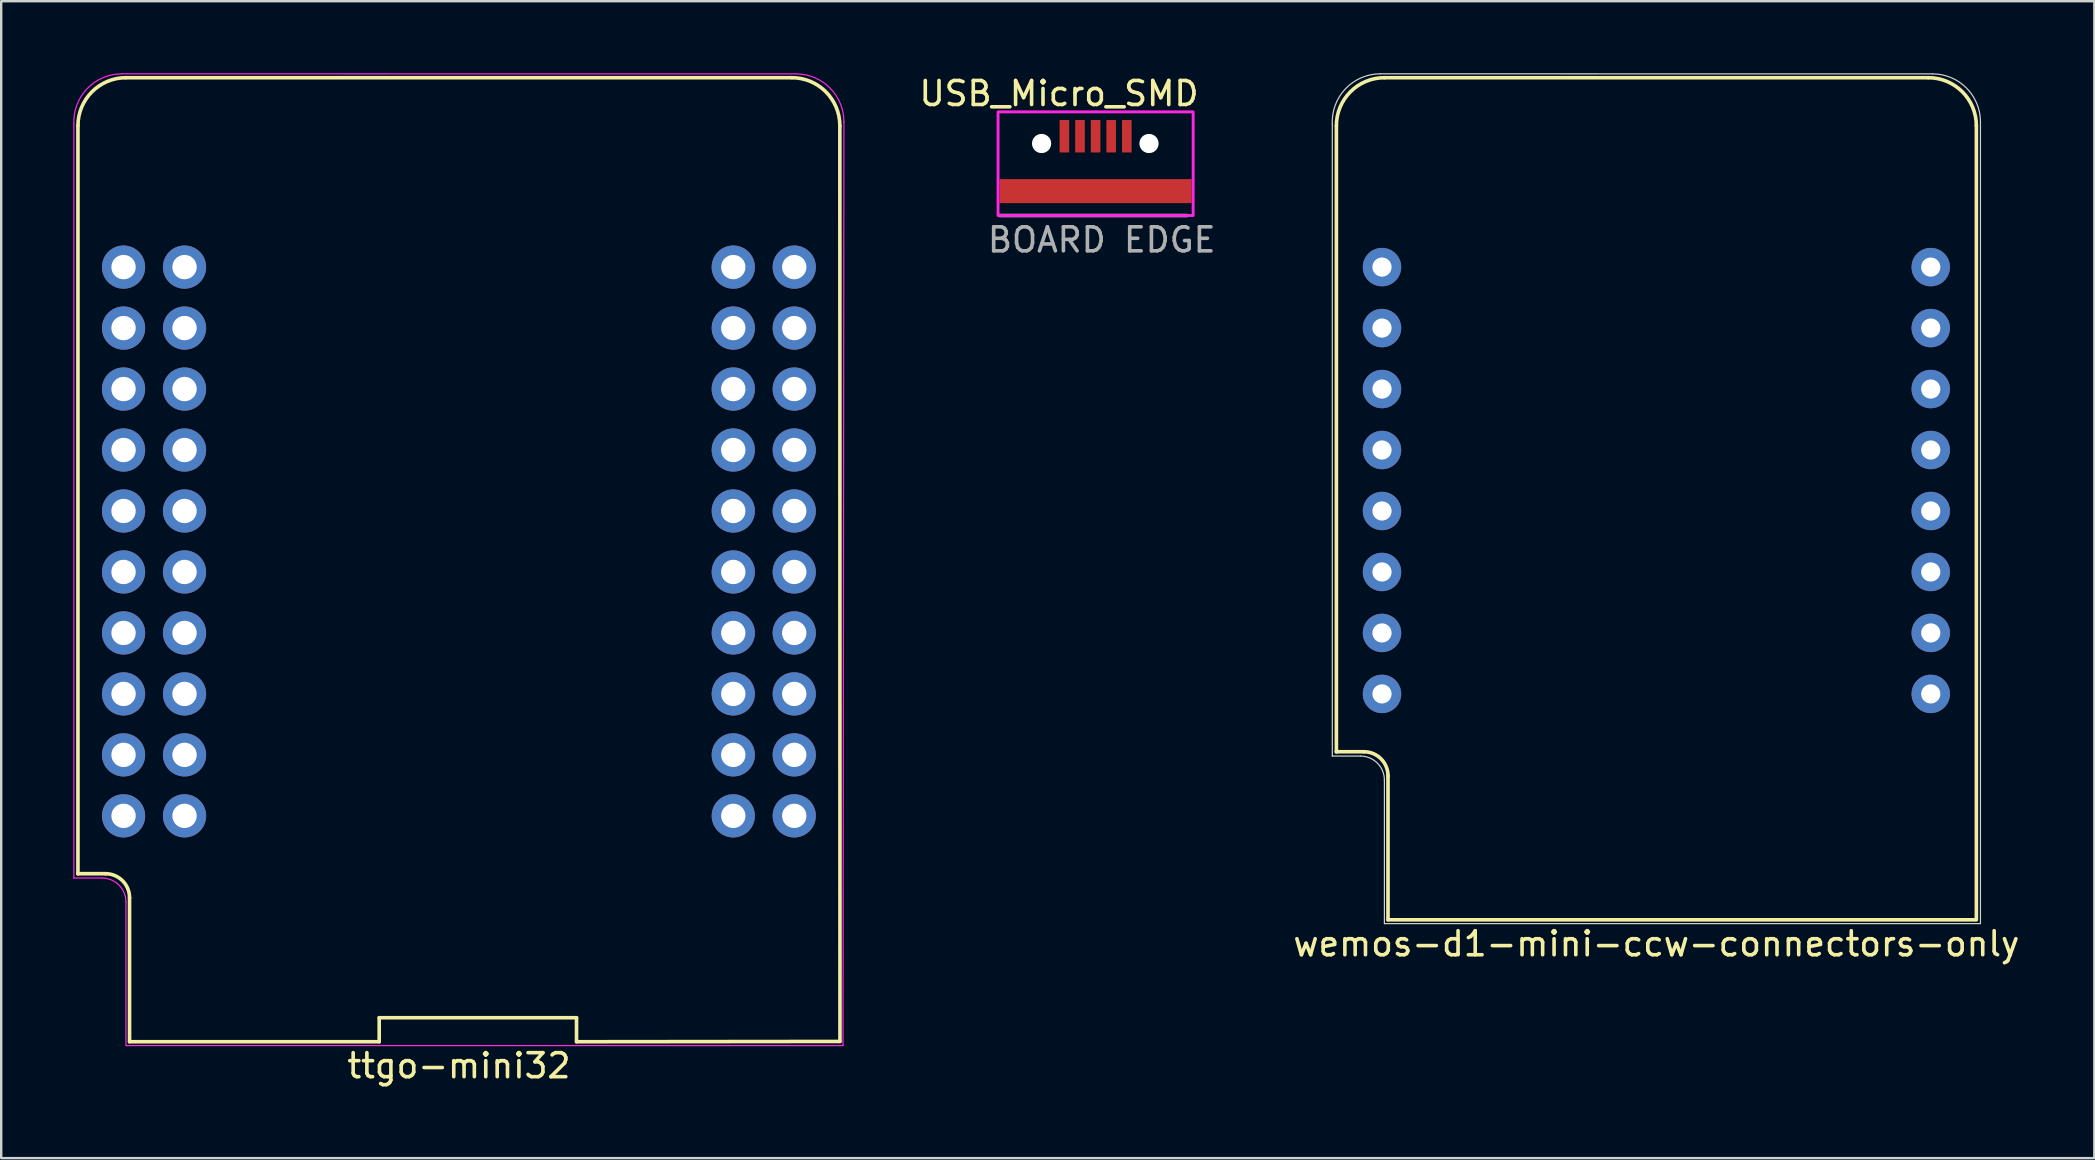
<source format=kicad_pcb>
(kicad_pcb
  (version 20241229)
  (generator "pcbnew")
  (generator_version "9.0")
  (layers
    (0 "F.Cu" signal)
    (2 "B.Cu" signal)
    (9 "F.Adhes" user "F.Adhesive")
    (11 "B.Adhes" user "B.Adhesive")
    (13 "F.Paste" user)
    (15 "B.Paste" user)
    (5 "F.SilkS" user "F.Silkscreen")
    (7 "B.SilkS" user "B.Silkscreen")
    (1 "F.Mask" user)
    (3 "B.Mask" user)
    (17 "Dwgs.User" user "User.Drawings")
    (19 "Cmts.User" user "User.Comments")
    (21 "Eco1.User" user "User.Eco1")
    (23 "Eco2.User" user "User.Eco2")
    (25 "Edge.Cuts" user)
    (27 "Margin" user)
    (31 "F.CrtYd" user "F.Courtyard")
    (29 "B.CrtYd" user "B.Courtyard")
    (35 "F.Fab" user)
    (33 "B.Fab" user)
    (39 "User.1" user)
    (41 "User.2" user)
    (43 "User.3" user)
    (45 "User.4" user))
  (footprint "ttgo-mini32"
    (layer "F.Cu")
    (at 16.067 16.967)
    (property "Reference" "ttgo-mini32" (at 0 24.38 180) (layer "F.SilkS") (effects (font (size 1 1) (thickness 0.15))))
    (attr through_hole)
    (fp_line (start -15.87 -14.78) (end -15.87 16.38) (stroke (width 0.15) (type solid)) (layer "F.SilkS"))
    (fp_line (start -15.87 16.38) (end -15.87 16.38) (stroke (width 0.15) (type solid)) (layer "F.SilkS"))
    (fp_line (start -14.71 16.38) (end -15.87 16.38) (stroke (width 0.15) (type solid)) (layer "F.SilkS"))
    (fp_line (start -13.72 23.38) (end -13.72 17.38) (stroke (width 0.15) (type solid)) (layer "F.SilkS"))
    (fp_line (start -13.72 23.38) (end -3.32 23.38) (stroke (width 0.15) (type solid)) (layer "F.SilkS"))
    (fp_line (start -3.32 22.38) (end 4.9 22.38) (stroke (width 0.15) (type solid)) (layer "F.SilkS"))
    (fp_line (start -3.32 23.38) (end -3.32 22.38) (stroke (width 0.15) (type solid)) (layer "F.SilkS"))
    (fp_line (start 4.9 22.38) (end 4.9 23.38) (stroke (width 0.15) (type solid)) (layer "F.SilkS"))
    (fp_line (start 4.9 23.38) (end 15.875 23.368) (stroke (width 0.15) (type solid)) (layer "F.SilkS"))
    (fp_line (start 13.87 -16.78) (end -13.87 -16.78) (stroke (width 0.15) (type solid)) (layer "F.SilkS"))
    (fp_line (start 15.875 23.368) (end 15.87 -14.78) (stroke (width 0.15) (type solid)) (layer "F.SilkS"))
    (fp_arc (start -15.87 -14.78) (mid -15.284214 -16.194214) (end -13.87 -16.78) (stroke (width 0.15) (type solid)) (layer "F.SilkS"))
    (fp_arc (start -14.72 16.38) (mid -14.012893 16.672893) (end -13.72 17.38) (stroke (width 0.15) (type solid)) (layer "F.SilkS"))
    (fp_arc (start 13.87 -16.78) (mid 15.284214 -16.194214) (end 15.87 -14.78) (stroke (width 0.15) (type solid)) (layer "F.SilkS"))
    (fp_line (start -16.04 16.56) (end -16.04 -14.85) (stroke (width 0.05) (type solid)) (layer "F.CrtYd"))
    (fp_line (start -16.04 16.56) (end -14.87 16.56) (stroke (width 0.05) (type solid)) (layer "F.CrtYd"))
    (fp_line (start -14.04 -16.942) (end 14.04 -16.94) (stroke (width 0.05) (type solid)) (layer "F.CrtYd"))
    (fp_line (start -13.87 23.54) (end -13.87 17.56) (stroke (width 0.05) (type solid)) (layer "F.CrtYd"))
    (fp_line (start 16.002 23.54) (end -13.87 23.54) (stroke (width 0.05) (type solid)) (layer "F.CrtYd"))
    (fp_line (start 16.04 -14.94) (end 16.002 23.54) (stroke (width 0.05) (type solid)) (layer "F.CrtYd"))
    (fp_arc (start -16.04 -14.85) (mid -15.487115 -16.323459) (end -14.04 -16.942024) (stroke (width 0.05) (type solid)) (layer "F.CrtYd"))
    (fp_arc (start -14.87 16.56) (mid -14.162893 16.852893) (end -13.87 17.56) (stroke (width 0.05) (type solid)) (layer "F.CrtYd"))
    (fp_arc (start 14.04 -16.94) (mid 15.454214 -16.354214) (end 16.04 -14.94) (stroke (width 0.05) (type solid)) (layer "F.CrtYd"))
    (pad "1" thru_hole circle (at -13.97 -8.89 90) (size 1.8 1.8) (drill 1.016) (layers "*.Cu" "*.Mask"))
    (pad "2" thru_hole circle (at -13.97 -6.35 90) (size 1.8 1.8) (drill 1.016) (layers "*.Cu" "*.Mask"))
    (pad "3" thru_hole circle (at -13.97 -3.81 90) (size 1.8 1.8) (drill 1.016) (layers "*.Cu" "*.Mask"))
    (pad "4" thru_hole circle (at -13.97 -1.27 90) (size 1.8 1.8) (drill 1.016) (layers "*.Cu" "*.Mask"))
    (pad "5" thru_hole circle (at -13.97 1.27 90) (size 1.8 1.8) (drill 1.016) (layers "*.Cu" "*.Mask"))
    (pad "6" thru_hole circle (at -13.97 3.81 90) (size 1.8 1.8) (drill 1.016) (layers "*.Cu" "*.Mask"))
    (pad "7" thru_hole circle (at -13.97 6.35 90) (size 1.8 1.8) (drill 1.016) (layers "*.Cu" "*.Mask"))
    (pad "8" thru_hole circle (at -13.97 8.89 90) (size 1.8 1.8) (drill 1.016) (layers "*.Cu" "*.Mask"))
    (pad "9" thru_hole circle (at -13.97 11.43 90) (size 1.8 1.8) (drill 1.016) (layers "*.Cu" "*.Mask"))
    (pad "10" thru_hole circle (at -13.97 13.97 90) (size 1.8 1.8) (drill 1.016) (layers "*.Cu" "*.Mask"))
    (pad "11" thru_hole circle (at -11.43 13.97 90) (size 1.8 1.8) (drill 1.016) (layers "*.Cu" "*.Mask"))
    (pad "12" thru_hole circle (at -11.43 11.43 90) (size 1.8 1.8) (drill 1.016) (layers "*.Cu" "*.Mask"))
    (pad "13" thru_hole circle (at -11.43 8.89 90) (size 1.8 1.8) (drill 1.016) (layers "*.Cu" "*.Mask"))
    (pad "14" thru_hole circle (at -11.43 6.35 90) (size 1.8 1.8) (drill 1.016) (layers "*.Cu" "*.Mask"))
    (pad "15" thru_hole circle (at -11.43 3.81 90) (size 1.8 1.8) (drill 1.016) (layers "*.Cu" "*.Mask"))
    (pad "16" thru_hole circle (at -11.43 1.27 90) (size 1.8 1.8) (drill 1.016) (layers "*.Cu" "*.Mask"))
    (pad "17" thru_hole circle (at -11.43 -1.27 90) (size 1.8 1.8) (drill 1.016) (layers "*.Cu" "*.Mask"))
    (pad "18" thru_hole circle (at -11.43 -3.81 90) (size 1.8 1.8) (drill 1.016) (layers "*.Cu" "*.Mask"))
    (pad "19" thru_hole circle (at -11.43 -6.35 90) (size 1.8 1.8) (drill 1.016) (layers "*.Cu" "*.Mask"))
    (pad "20" thru_hole circle (at -11.43 -8.89 90) (size 1.8 1.8) (drill 1.016) (layers "*.Cu" "*.Mask"))
    (pad "21" thru_hole circle (at 11.43 -8.89 90) (size 1.8 1.8) (drill 1.016) (layers "*.Cu" "*.Mask"))
    (pad "22" thru_hole circle (at 11.43 -6.35 90) (size 1.8 1.8) (drill 1.016) (layers "*.Cu" "*.Mask"))
    (pad "23" thru_hole circle (at 11.43 -3.81 90) (size 1.8 1.8) (drill 1.016) (layers "*.Cu" "*.Mask"))
    (pad "24" thru_hole circle (at 11.43 -1.27 90) (size 1.8 1.8) (drill 1.016) (layers "*.Cu" "*.Mask"))
    (pad "25" thru_hole circle (at 11.43 1.27 90) (size 1.8 1.8) (drill 1.016) (layers "*.Cu" "*.Mask"))
    (pad "26" thru_hole circle (at 11.43 3.81 90) (size 1.8 1.8) (drill 1.016) (layers "*.Cu" "*.Mask"))
    (pad "27" thru_hole circle (at 11.43 6.35 90) (size 1.8 1.8) (drill 1.016) (layers "*.Cu" "*.Mask"))
    (pad "28" thru_hole circle (at 11.43 8.89 90) (size 1.8 1.8) (drill 1.016) (layers "*.Cu" "*.Mask"))
    (pad "29" thru_hole circle (at 11.43 11.43 90) (size 1.8 1.8) (drill 1.016) (layers "*.Cu" "*.Mask"))
    (pad "30" thru_hole circle (at 11.43 13.97 90) (size 1.8 1.8) (drill 1.016) (layers "*.Cu" "*.Mask"))
    (pad "31" thru_hole circle (at 13.97 13.97 90) (size 1.8 1.8) (drill 1.016) (layers "*.Cu" "*.Mask"))
    (pad "32" thru_hole circle (at 13.97 11.43 90) (size 1.8 1.8) (drill 1.016) (layers "*.Cu" "*.Mask"))
    (pad "33" thru_hole circle (at 13.97 8.89 90) (size 1.8 1.8) (drill 1.016) (layers "*.Cu" "*.Mask"))
    (pad "34" thru_hole circle (at 13.97 6.35 90) (size 1.8 1.8) (drill 1.016) (layers "*.Cu" "*.Mask"))
    (pad "35" thru_hole circle (at 13.97 3.81 90) (size 1.8 1.8) (drill 1.016) (layers "*.Cu" "*.Mask"))
    (pad "36" thru_hole circle (at 13.97 1.27 90) (size 1.8 1.8) (drill 1.016) (layers "*.Cu" "*.Mask"))
    (pad "37" thru_hole circle (at 13.97 -1.27 90) (size 1.8 1.8) (drill 1.016) (layers "*.Cu" "*.Mask"))
    (pad "38" thru_hole circle (at 13.97 -3.81 90) (size 1.8 1.8) (drill 1.016) (layers "*.Cu" "*.Mask"))
    (pad "39" thru_hole circle (at 13.97 -6.35 90) (size 1.8 1.8) (drill 1.016) (layers "*.Cu" "*.Mask"))
    (pad "40" thru_hole circle (at 13.97 -8.89 90) (size 1.8 1.8) (drill 1.016) (layers "*.Cu" "*.Mask")))
  (footprint "wemos-d1-mini-ccw-connectors-only"
    (layer "F.Cu")
    (at 67.552 18.567)
    (property "Reference" "wemos-d1-mini-ccw-connectors-only" (at -1.6 17.7 180) (layer "F.SilkS") (effects (font (size 1 1) (thickness 0.15))))
    (attr through_hole)
    (fp_line (start -14.93 -16.38) (end -14.93 9.7) (stroke (width 0.15) (type solid)) (layer "F.SilkS"))
    (fp_line (start -14.93 9.7) (end -14.93 9.7) (stroke (width 0.15) (type solid)) (layer "F.SilkS"))
    (fp_line (start -13.77 9.7) (end -14.93 9.7) (stroke (width 0.15) (type solid)) (layer "F.SilkS"))
    (fp_line (start -12.78 16.7) (end -12.78 10.7) (stroke (width 0.15) (type solid)) (layer "F.SilkS"))
    (fp_line (start -12.78 16.7) (end 11.684 16.7) (stroke (width 0.15) (type solid)) (layer "F.SilkS"))
    (fp_line (start 9.73 -18.38) (end -12.93 -18.38) (stroke (width 0.15) (type solid)) (layer "F.SilkS"))
    (fp_line (start 11.73 16.7) (end 11.73 -16.38) (stroke (width 0.15) (type solid)) (layer "F.SilkS"))
    (fp_arc (start -14.93 -16.38) (mid -14.344214 -17.794214) (end -12.93 -18.38) (stroke (width 0.15) (type solid)) (layer "F.SilkS"))
    (fp_arc (start -13.78 9.7) (mid -13.072893 9.992893) (end -12.78 10.7) (stroke (width 0.15) (type solid)) (layer "F.SilkS"))
    (fp_arc (start 9.73 -18.38) (mid 11.144214 -17.794214) (end 11.73 -16.38) (stroke (width 0.15) (type solid)) (layer "F.SilkS"))
    (fp_line (start -15.1 9.88) (end -15.1 -16.45) (stroke (width 0.05) (type solid)) (layer "Edge.Cuts"))
    (fp_line (start -15.1 9.88) (end -13.93 9.88) (stroke (width 0.05) (type solid)) (layer "Edge.Cuts"))
    (fp_line (start -13.1 -18.542) (end 9.9 -18.54) (stroke (width 0.05) (type solid)) (layer "Edge.Cuts"))
    (fp_line (start -12.93 16.86) (end -12.93 10.88) (stroke (width 0.05) (type solid)) (layer "Edge.Cuts"))
    (fp_line (start 11.9 -16.54) (end 11.9 16.86) (stroke (width 0.05) (type solid)) (layer "Edge.Cuts"))
    (fp_line (start 11.9 16.86) (end -12.93 16.86) (stroke (width 0.05) (type solid)) (layer "Edge.Cuts"))
    (fp_arc (start -15.1 -16.45) (mid -14.547241 -17.92358) (end -13.1 -18.542024) (stroke (width 0.05) (type solid)) (layer "Edge.Cuts"))
    (fp_arc (start -13.93 9.88) (mid -13.222893 10.172893) (end -12.93 10.88) (stroke (width 0.05) (type solid)) (layer "Edge.Cuts"))
    (fp_arc (start 9.9 -18.54) (mid 11.314214 -17.954214) (end 11.9 -16.54) (stroke (width 0.05) (type solid)) (layer "Edge.Cuts"))
    (pad "1" thru_hole oval (at -13.03 -10.49 90) (size 1.6 1.6) (drill 0.8) (layers "*.Cu" "*.Mask"))
    (pad "2" thru_hole oval (at -13.03 -7.95 90) (size 1.6 1.6) (drill 0.8) (layers "*.Cu" "*.Mask"))
    (pad "3" thru_hole oval (at -13.03 -5.41 90) (size 1.6 1.6) (drill 0.8) (layers "*.Cu" "*.Mask"))
    (pad "4" thru_hole oval (at -13.03 -2.87 90) (size 1.6 1.6) (drill 0.8) (layers "*.Cu" "*.Mask"))
    (pad "5" thru_hole oval (at -13.03 -0.33 90) (size 1.6 1.6) (drill 0.8) (layers "*.Cu" "*.Mask"))
    (pad "6" thru_hole oval (at -13.03 2.21 90) (size 1.6 1.6) (drill 0.8) (layers "*.Cu" "*.Mask"))
    (pad "7" thru_hole oval (at -13.03 4.75 90) (size 1.6 1.6) (drill 0.8) (layers "*.Cu" "*.Mask"))
    (pad "8" thru_hole oval (at -13.03 7.29 90) (size 1.6 1.6) (drill 0.8) (layers "*.Cu" "*.Mask"))
    (pad "9" thru_hole oval (at 9.83 7.29 90) (size 1.6 1.6) (drill 0.8) (layers "*.Cu" "*.Mask"))
    (pad "10" thru_hole oval (at 9.83 4.75 90) (size 1.6 1.6) (drill 0.8) (layers "*.Cu" "*.Mask"))
    (pad "11" thru_hole oval (at 9.83 2.21 90) (size 1.6 1.6) (drill 0.8) (layers "*.Cu" "*.Mask"))
    (pad "12" thru_hole oval (at 9.83 -0.33 90) (size 1.6 1.6) (drill 0.8) (layers "*.Cu" "*.Mask"))
    (pad "13" thru_hole oval (at 9.83 -2.87 90) (size 1.6 1.6) (drill 0.8) (layers "*.Cu" "*.Mask"))
    (pad "14" thru_hole oval (at 9.83 -5.41 90) (size 1.6 1.6) (drill 0.8) (layers "*.Cu" "*.Mask"))
    (pad "15" thru_hole oval (at 9.83 -7.95 90) (size 1.6 1.6) (drill 0.8) (layers "*.Cu" "*.Mask"))
    (pad "16" thru_hole oval (at 9.83 -10.49 90) (size 1.6 1.6) (drill 0.8) (layers "*.Cu" "*.Mask")))
  (footprint "USB_Micro_SMD"
    (layer "F.Cu")
    (at 42.591 5.928)
    (property "Reference" "USB_Micro_SMD" (at -1.524 -5.08 0) (layer "F.SilkS") (effects (font (size 1 1) (thickness 0.15))))
    (attr through_hole)
    (fp_rect (start -4.064 0) (end 4.064 -4.318) (stroke (width 0.12) (type solid)) (fill no) (layer "F.CrtYd"))
    (fp_line (start 3.81 0) (end -3.99 0) (stroke (width 0.15) (type solid)) (layer "F.Fab"))
    (fp_text user "BOARD EDGE" (at 0.254 1.016 0) (layer "F.Fab") (effects (font (size 1 1) (thickness 0.15))))
    (pad "" np_thru_hole circle (at -2.25 -3) (size 0.8 0.8) (drill 0.8) (layers "*.Cu" "*.Mask"))
    (pad "" np_thru_hole circle (at 2.225 -3) (size 0.8 0.8) (drill 0.8) (layers "*.Cu" "*.Mask"))
    (pad "1" smd rect (at 1.3 -3.302) (size 0.4 1.35) (layers "F.Cu" "F.Mask" "F.Paste"))
    (pad "2" smd rect (at 0.65 -3.302) (size 0.4 1.35) (layers "F.Cu" "F.Mask" "F.Paste"))
    (pad "3" smd rect (at 0 -3.302) (size 0.4 1.35) (layers "F.Cu" "F.Mask" "F.Paste"))
    (pad "4" smd rect (at -0.65 -3.302) (size 0.4 1.35) (layers "F.Cu" "F.Mask" "F.Paste"))
    (pad "5" smd rect (at -1.3 -3.302) (size 0.4 1.35) (layers "F.Cu" "F.Mask" "F.Paste"))
    (pad "6" smd rect (at 0 -1.016) (size 8 1) (layers "F.Cu" "F.Mask" "F.Paste")))
  (gr_rect
    (start -3 -3)
    (end 84.196 45.195)
    (stroke (width 0.1) (type default))
    (fill no)
    (layer "Edge.Cuts")))
</source>
